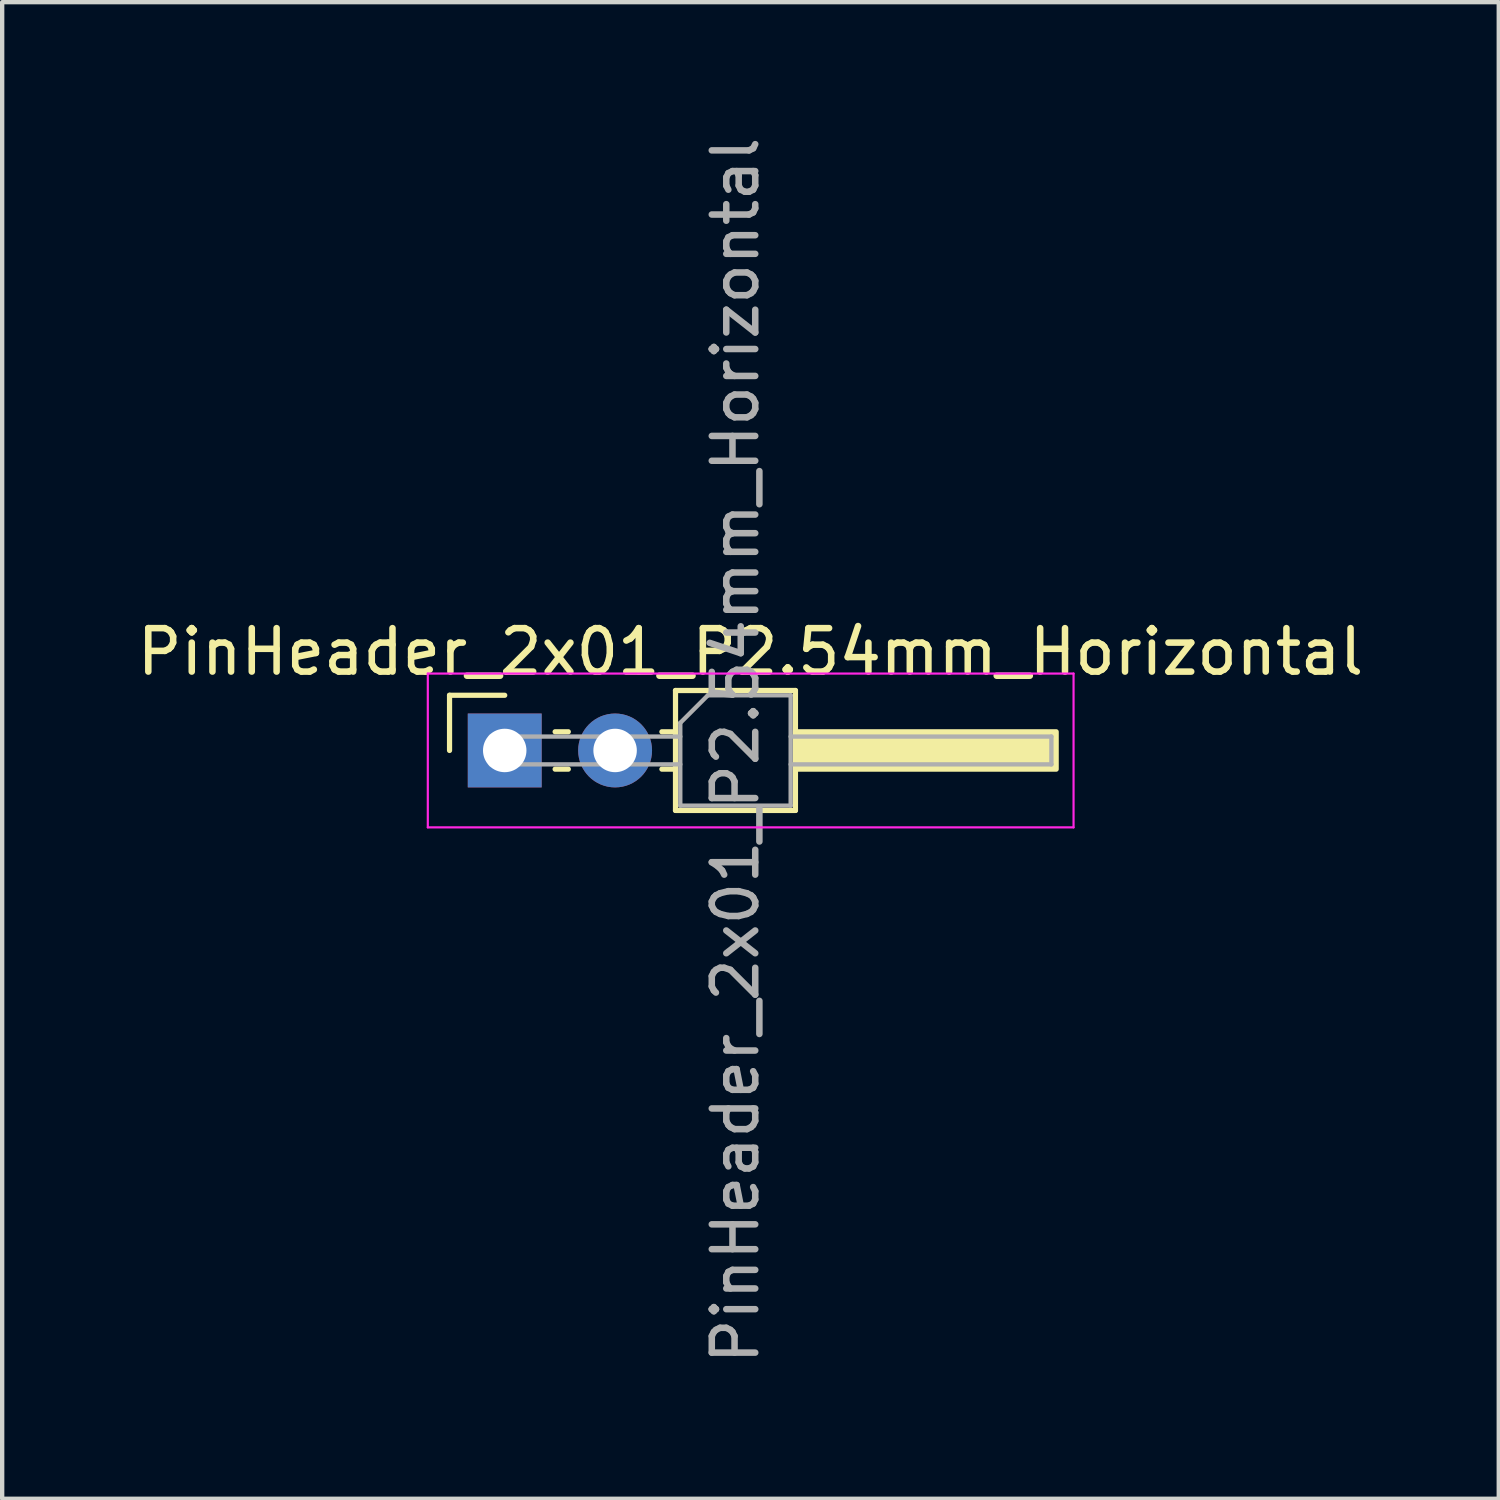
<source format=kicad_pcb>
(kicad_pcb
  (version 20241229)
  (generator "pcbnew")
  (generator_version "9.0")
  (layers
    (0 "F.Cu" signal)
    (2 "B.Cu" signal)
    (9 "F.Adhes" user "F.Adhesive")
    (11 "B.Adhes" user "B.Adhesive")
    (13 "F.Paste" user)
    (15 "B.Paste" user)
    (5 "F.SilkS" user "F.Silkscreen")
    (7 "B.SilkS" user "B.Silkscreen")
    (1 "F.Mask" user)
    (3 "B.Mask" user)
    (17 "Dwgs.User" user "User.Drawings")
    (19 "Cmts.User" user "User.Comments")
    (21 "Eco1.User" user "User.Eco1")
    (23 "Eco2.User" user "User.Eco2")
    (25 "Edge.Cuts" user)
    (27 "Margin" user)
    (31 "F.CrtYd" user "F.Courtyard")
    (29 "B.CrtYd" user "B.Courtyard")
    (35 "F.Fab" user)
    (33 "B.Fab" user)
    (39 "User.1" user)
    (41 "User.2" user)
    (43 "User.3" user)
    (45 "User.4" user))
  (footprint "PinHeader_2x01_P2.54mm_Horizontal"
    (layer "F.Cu")
    (at 8.565 14.22)
    (property "Reference" "PinHeader_2x01_P2.54mm_Horizontal" (at 5.655 -2.27 0) (layer "F.SilkS") (effects (font (size 1 1) (thickness 0.15))))
    (attr through_hole)
    (fp_line (start -1.27 -1.27) (end 0 -1.27) (stroke (width 0.12) (type solid)) (layer "F.SilkS"))
    (fp_line (start -1.27 0) (end -1.27 -1.27) (stroke (width 0.12) (type solid)) (layer "F.SilkS"))
    (fp_line (start 1.16 -0.43) (end 1.463 -0.43) (stroke (width 0.12) (type solid)) (layer "F.SilkS"))
    (fp_line (start 1.16 0.43) (end 1.463 0.43) (stroke (width 0.12) (type solid)) (layer "F.SilkS"))
    (fp_line (start 3.617 -0.43) (end 3.93 -0.43) (stroke (width 0.12) (type solid)) (layer "F.SilkS"))
    (fp_line (start 3.617 0.43) (end 3.93 0.43) (stroke (width 0.12) (type solid)) (layer "F.SilkS"))
    (fp_line (start 3.93 -1.38) (end 3.93 1.38) (stroke (width 0.12) (type solid)) (layer "F.SilkS"))
    (fp_line (start 3.93 1.38) (end 6.69 1.38) (stroke (width 0.12) (type solid)) (layer "F.SilkS"))
    (fp_line (start 6.69 -1.38) (end 3.93 -1.38) (stroke (width 0.12) (type solid)) (layer "F.SilkS"))
    (fp_line (start 6.69 1.38) (end 6.69 -1.38) (stroke (width 0.12) (type solid)) (layer "F.SilkS"))
    (fp_rect (start 6.69 -0.43) (end 12.69 0.43) (stroke (width 0.12) (type solid)) (fill yes) (layer "F.SilkS"))
    (fp_line (start -1.77 -1.77) (end -1.77 1.77) (stroke (width 0.05) (type solid)) (layer "F.CrtYd"))
    (fp_line (start -1.77 1.77) (end 13.09 1.77) (stroke (width 0.05) (type solid)) (layer "F.CrtYd"))
    (fp_line (start 13.09 -1.77) (end -1.77 -1.77) (stroke (width 0.05) (type solid)) (layer "F.CrtYd"))
    (fp_line (start 13.09 1.77) (end 13.09 -1.77) (stroke (width 0.05) (type solid)) (layer "F.CrtYd"))
    (fp_line (start -0.32 -0.32) (end -0.32 0.32) (stroke (width 0.1) (type solid)) (layer "F.Fab"))
    (fp_line (start -0.32 -0.32) (end 4.04 -0.32) (stroke (width 0.1) (type solid)) (layer "F.Fab"))
    (fp_line (start -0.32 0.32) (end 4.04 0.32) (stroke (width 0.1) (type solid)) (layer "F.Fab"))
    (fp_line (start 4.04 -0.635) (end 4.675 -1.27) (stroke (width 0.1) (type solid)) (layer "F.Fab"))
    (fp_line (start 4.04 1.27) (end 4.04 -0.635) (stroke (width 0.1) (type solid)) (layer "F.Fab"))
    (fp_line (start 4.675 -1.27) (end 6.58 -1.27) (stroke (width 0.1) (type solid)) (layer "F.Fab"))
    (fp_line (start 6.58 -1.27) (end 6.58 1.27) (stroke (width 0.1) (type solid)) (layer "F.Fab"))
    (fp_line (start 6.58 -0.32) (end 12.58 -0.32) (stroke (width 0.1) (type solid)) (layer "F.Fab"))
    (fp_line (start 6.58 0.32) (end 12.58 0.32) (stroke (width 0.1) (type solid)) (layer "F.Fab"))
    (fp_line (start 6.58 1.27) (end 4.04 1.27) (stroke (width 0.1) (type solid)) (layer "F.Fab"))
    (fp_line (start 12.58 -0.32) (end 12.58 0.32) (stroke (width 0.1) (type solid)) (layer "F.Fab"))
    (fp_text user "${REFERENCE}" (at 5.31 0 90) (layer "F.Fab") (effects (font (size 1 1) (thickness 0.15))))
    (pad "1" thru_hole rect (at 0 0) (size 1.7 1.7) (drill 1) (layers "*.Cu" "*.Mask"))
    (pad "2" thru_hole circle (at 2.54 0) (size 1.7 1.7) (drill 1) (layers "*.Cu" "*.Mask")))
  (gr_rect
    (start -3 -3)
    (end 31.44 31.44)
    (stroke (width 0.1) (type default))
    (fill no)
    (layer "Edge.Cuts")))
</source>
